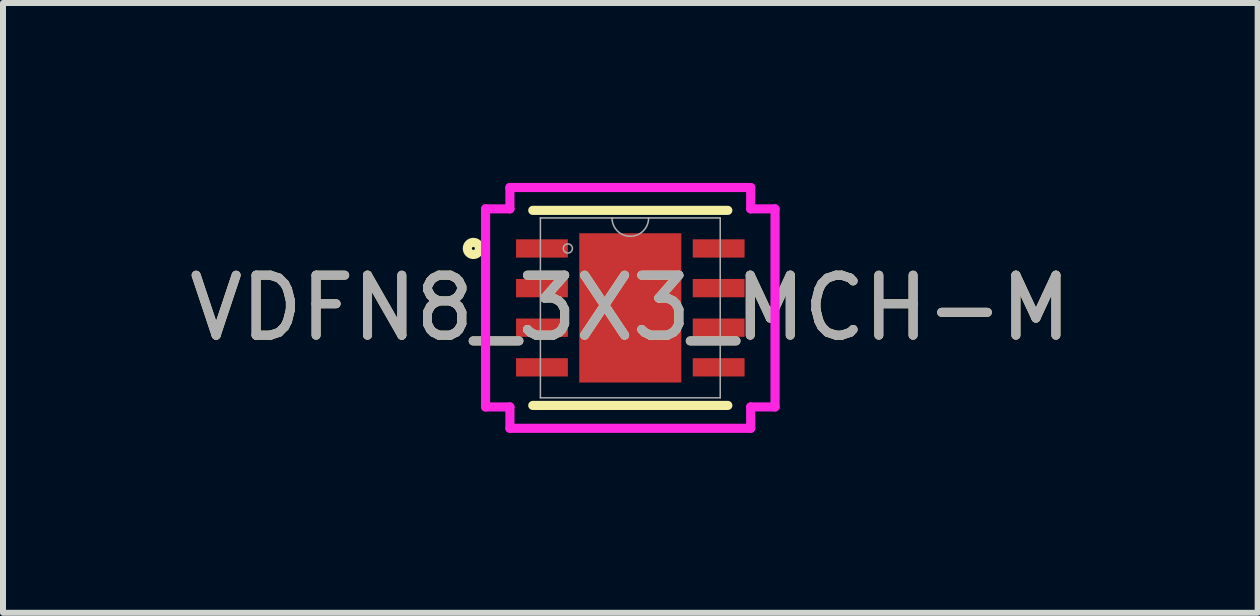
<source format=kicad_pcb>
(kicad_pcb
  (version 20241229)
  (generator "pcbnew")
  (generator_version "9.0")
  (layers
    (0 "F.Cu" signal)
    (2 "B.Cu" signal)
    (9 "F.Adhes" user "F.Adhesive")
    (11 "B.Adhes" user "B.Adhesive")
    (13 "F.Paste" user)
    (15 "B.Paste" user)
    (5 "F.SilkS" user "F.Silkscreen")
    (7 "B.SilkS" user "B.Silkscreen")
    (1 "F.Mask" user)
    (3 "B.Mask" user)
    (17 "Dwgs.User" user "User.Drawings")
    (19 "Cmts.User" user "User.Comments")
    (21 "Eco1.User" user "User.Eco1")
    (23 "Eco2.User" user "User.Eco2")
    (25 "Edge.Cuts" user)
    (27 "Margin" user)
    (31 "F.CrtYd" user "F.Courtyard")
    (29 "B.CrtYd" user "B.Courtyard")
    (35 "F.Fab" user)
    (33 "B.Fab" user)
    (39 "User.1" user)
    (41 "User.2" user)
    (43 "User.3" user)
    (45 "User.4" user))
  (footprint "VDFN8_3X3_MCH-M"
    (layer "F.Cu")
    (at 7.458 2.083)
    (property "Reference" "VDFN8_3X3_MCH-M" (at 0 0 0) (unlocked yes) (layer "F.SilkS") (effects (font (size 1 1) (thickness 0.15))))
    (attr smd)
    (fp_line (start -1.626 1.626) (end 1.626 1.626) (stroke (width 0.152) (type solid)) (layer "F.SilkS"))
    (fp_line (start 1.626 -1.626) (end -1.626 -1.626) (stroke (width 0.152) (type solid)) (layer "F.SilkS"))
    (fp_circle (center -2.616 -0.991) (end -2.515 -0.991) (stroke (width 0.152) (type solid)) (fill no) (layer "F.SilkS"))
    (fp_line (start -2.413 -1.651) (end -2.007 -1.651) (stroke (width 0.152) (type solid)) (layer "F.CrtYd"))
    (fp_line (start -2.413 1.651) (end -2.413 -1.651) (stroke (width 0.152) (type solid)) (layer "F.CrtYd"))
    (fp_line (start -2.413 1.651) (end -2.007 1.651) (stroke (width 0.152) (type solid)) (layer "F.CrtYd"))
    (fp_line (start -2.007 -2.007) (end 2.007 -2.007) (stroke (width 0.152) (type solid)) (layer "F.CrtYd"))
    (fp_line (start -2.007 -1.651) (end -2.007 -2.007) (stroke (width 0.152) (type solid)) (layer "F.CrtYd"))
    (fp_line (start -2.007 2.007) (end -2.007 1.651) (stroke (width 0.152) (type solid)) (layer "F.CrtYd"))
    (fp_line (start 2.007 -2.007) (end 2.007 -1.651) (stroke (width 0.152) (type solid)) (layer "F.CrtYd"))
    (fp_line (start 2.007 1.651) (end 2.007 2.007) (stroke (width 0.152) (type solid)) (layer "F.CrtYd"))
    (fp_line (start 2.007 2.007) (end -2.007 2.007) (stroke (width 0.152) (type solid)) (layer "F.CrtYd"))
    (fp_line (start 2.413 -1.651) (end 2.007 -1.651) (stroke (width 0.152) (type solid)) (layer "F.CrtYd"))
    (fp_line (start 2.413 -1.651) (end 2.413 1.651) (stroke (width 0.152) (type solid)) (layer "F.CrtYd"))
    (fp_line (start 2.413 1.651) (end 2.007 1.651) (stroke (width 0.152) (type solid)) (layer "F.CrtYd"))
    (fp_line (start -1.499 -1.499) (end -1.499 1.499) (stroke (width 0.025) (type solid)) (layer "F.Fab"))
    (fp_line (start -1.499 1.499) (end 1.499 1.499) (stroke (width 0.025) (type solid)) (layer "F.Fab"))
    (fp_line (start 1.499 -1.499) (end -1.499 -1.499) (stroke (width 0.025) (type solid)) (layer "F.Fab"))
    (fp_line (start 1.499 1.499) (end 1.499 -1.499) (stroke (width 0.025) (type solid)) (layer "F.Fab"))
    (fp_arc (start 0.3048 -1.4986) (mid 0 -1.1938) (end -0.3048 -1.4986) (stroke (width 0.0254) (type solid)) (layer "F.Fab"))
    (fp_circle (center -1.041 -0.991) (end -0.965 -0.991) (stroke (width 0.025) (type solid)) (fill no) (layer "F.Fab"))
    (fp_text user "${REFERENCE}" (at 0 0 0) (unlocked yes) (layer "F.Fab") (effects (font (size 1 1) (thickness 0.15))))
    (pad "1" smd rect (at -1.473 -0.991) (size 0.864 0.305) (layers "F.Cu" "F.Mask" "F.Paste"))
    (pad "2" smd rect (at -1.473 -0.33) (size 0.864 0.305) (layers "F.Cu" "F.Mask" "F.Paste"))
    (pad "3" smd rect (at -1.473 0.33) (size 0.864 0.305) (layers "F.Cu" "F.Mask" "F.Paste"))
    (pad "4" smd rect (at -1.473 0.991) (size 0.864 0.305) (layers "F.Cu" "F.Mask" "F.Paste"))
    (pad "5" smd rect (at 1.473 0.991) (size 0.864 0.305) (layers "F.Cu" "F.Mask" "F.Paste"))
    (pad "6" smd rect (at 1.473 0.33) (size 0.864 0.305) (layers "F.Cu" "F.Mask" "F.Paste"))
    (pad "7" smd rect (at 1.473 -0.33) (size 0.864 0.305) (layers "F.Cu" "F.Mask" "F.Paste"))
    (pad "8" smd rect (at 1.473 -0.991) (size 0.864 0.305) (layers "F.Cu" "F.Mask" "F.Paste"))
    (pad "9" smd rect (at 0 0) (size 1.702 2.489) (layers "F.Cu" "F.Mask" "F.Paste")))
  (gr_rect
    (start -3 -3)
    (end 17.917 7.166)
    (stroke (width 0.1) (type default))
    (fill no)
    (layer "Edge.Cuts")))
</source>
